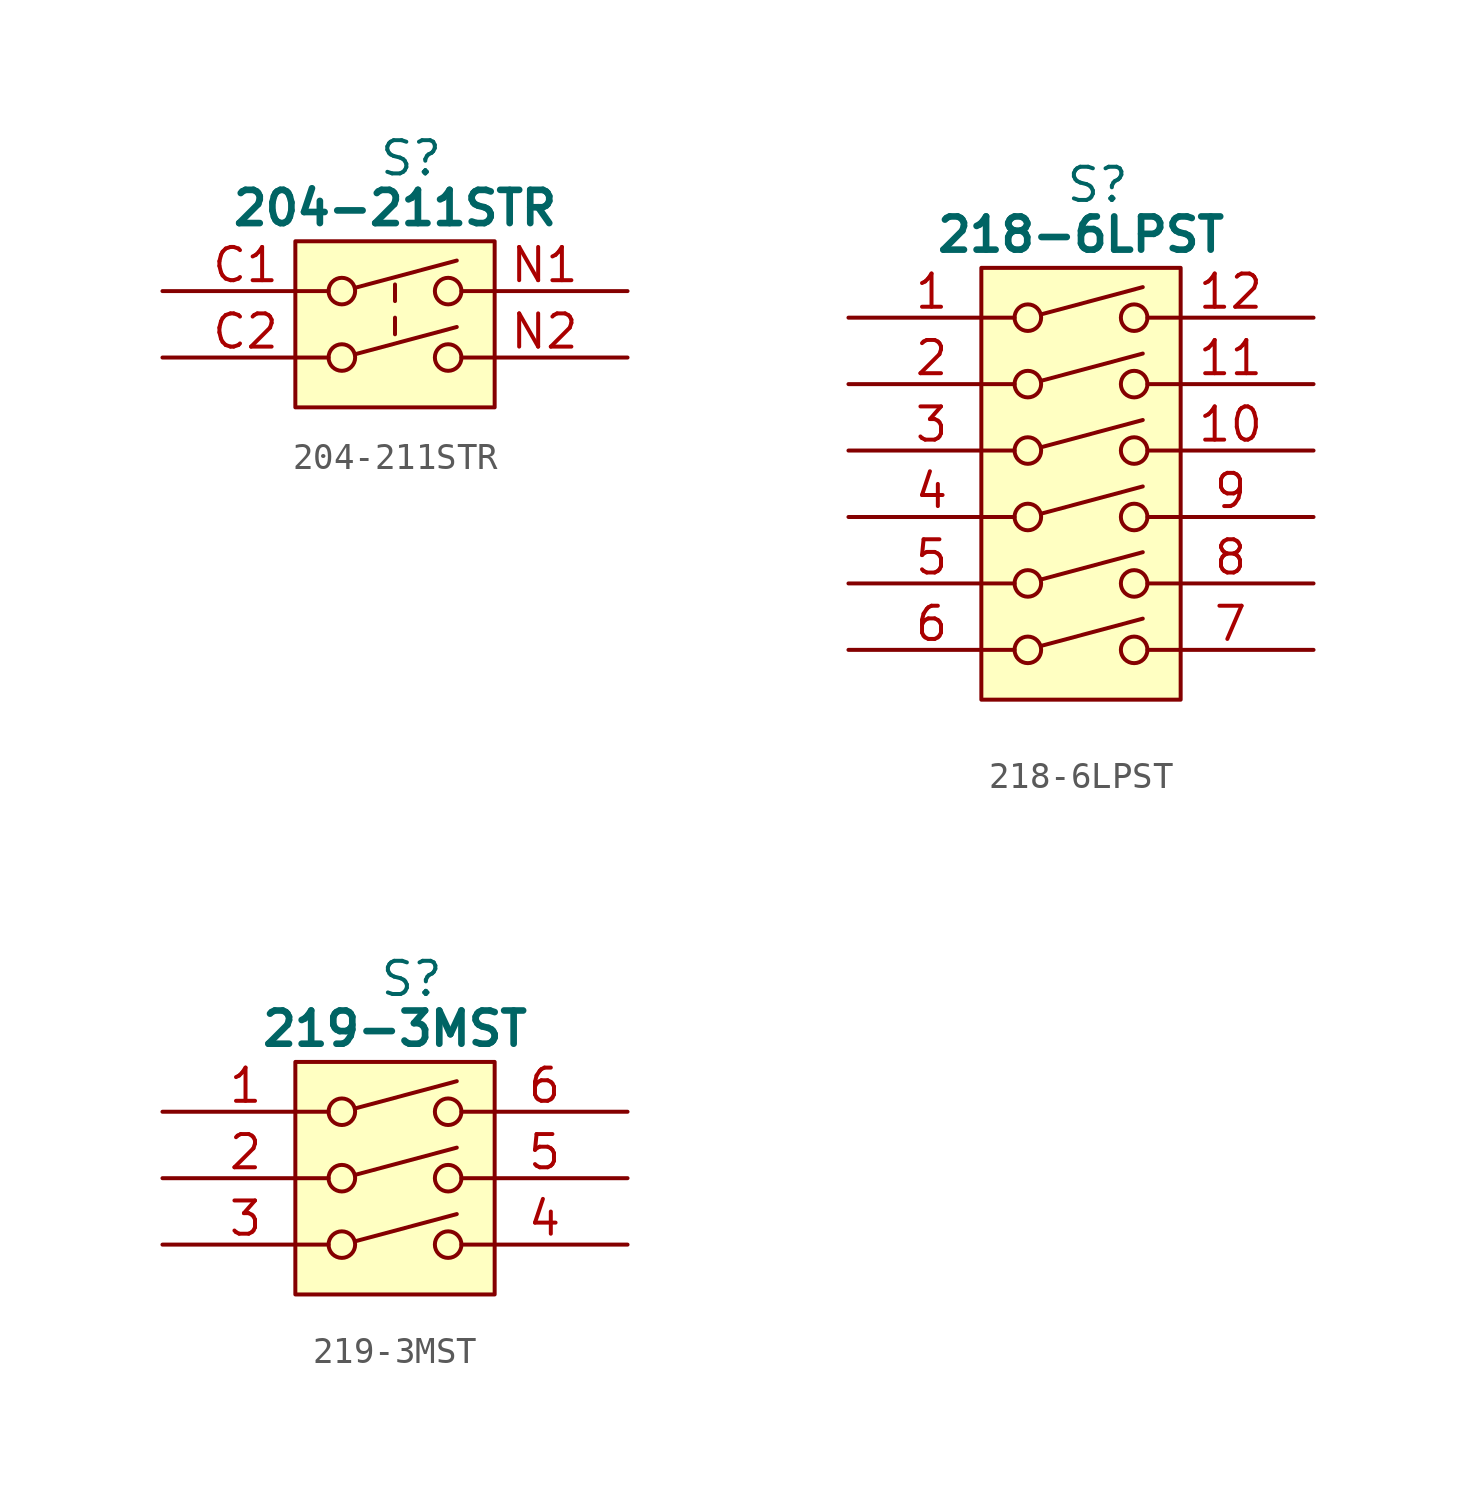
<source format=kicad_sym>
(kicad_symbol_lib
  (version 20220914)
  (generator kicad_symbol_editor)
  (symbol "204-211STR"
    (pin_names
      (offset 0.762))
    (property "Reference" "S"
      (at 8.255 5.08 0)
      (effects (font (size 1.27 1.27)) (justify left)))
    (property "Value" "204-211STR"
      (at 8.89 3.175 0)
      (effects (font (size 1.27 1.27) bold)))
    (symbol "204-211STR_0_0"
      (polyline (pts (xy 7.366 -2.413) (xy 11.252 -1.372)) (stroke (width 0) (type default)) (fill (type none)))
      (polyline (pts (xy 7.366 0.127) (xy 11.252 1.168)) (stroke (width 0) (type default)) (fill (type none)))
      (polyline (pts (xy 8.89 -1.651) (xy 8.89 -1.016)) (stroke (width 0) (type default)) (fill (type none)))
      (polyline (pts (xy 8.89 -0.381) (xy 8.89 0.254)) (stroke (width 0) (type default)) (fill (type none)))
      (circle (center 6.858 -2.54) (radius 0.508) (stroke (width 0) (type default)) (fill (type none)))
      (circle (center 6.858 0) (radius 0.508) (stroke (width 0) (type default)) (fill (type none)))
      (circle (center 10.922 -2.54) (radius 0.508) (stroke (width 0) (type default)) (fill (type none)))
      (circle (center 10.922 0) (radius 0.508) (stroke (width 0) (type default)) (fill (type none))))
    (symbol "204-211STR_1_0"
      (pin passive line (at 0 0 0) (length 6.35) (name "" (effects (font (size 1.27 1.27)))) (number "C1" (effects (font (size 1.27 1.27)))))
      (pin passive line (at 0 -2.54 0) (length 6.35) (name "" (effects (font (size 1.27 1.27)))) (number "C2" (effects (font (size 1.27 1.27)))))
      (pin passive line (at 17.78 0 180) (length 6.35) (name "" (effects (font (size 1.27 1.27)))) (number "N1" (effects (font (size 1.27 1.27)))))
      (pin passive line (at 17.78 -2.54 180) (length 6.35) (name "" (effects (font (size 1.27 1.27)))) (number "N2" (effects (font (size 1.27 1.27))))))
    (symbol "204-211STR_1_1"
      (rectangle (start 5.08 1.905) (end 12.7 -4.445) (stroke (width 0) (type default)) (fill (type background)))))
  (symbol "218-6LPST"
    (pin_names
      (offset 0.762))
    (property "Reference" "S"
      (at 9.525 5.08 0)
      (effects (font (size 1.27 1.27))))
    (property "Value" "218-6LPST"
      (at 8.89 3.175 0)
      (effects (font (size 1.27 1.27) bold)))
    (symbol "218-6LPST_0_0"
      (polyline (pts (xy 7.366 -12.548) (xy 11.252 -11.506)) (stroke (width 0) (type default)) (fill (type none)))
      (polyline (pts (xy 7.366 -10.008) (xy 11.252 -8.966)) (stroke (width 0) (type default)) (fill (type none)))
      (polyline (pts (xy 7.366 -7.493) (xy 11.252 -6.452)) (stroke (width 0) (type default)) (fill (type none)))
      (polyline (pts (xy 7.366 -4.953) (xy 11.252 -3.912)) (stroke (width 0) (type default)) (fill (type none)))
      (polyline (pts (xy 7.366 -2.413) (xy 11.252 -1.372)) (stroke (width 0) (type default)) (fill (type none)))
      (polyline (pts (xy 7.366 0.127) (xy 11.252 1.168)) (stroke (width 0) (type default)) (fill (type none)))
      (circle (center 6.858 -12.7) (radius 0.508) (stroke (width 0) (type default)) (fill (type none)))
      (circle (center 6.858 -10.16) (radius 0.508) (stroke (width 0) (type default)) (fill (type none)))
      (circle (center 6.858 -7.62) (radius 0.508) (stroke (width 0) (type default)) (fill (type none)))
      (circle (center 6.858 -5.08) (radius 0.508) (stroke (width 0) (type default)) (fill (type none)))
      (circle (center 6.858 -2.54) (radius 0.508) (stroke (width 0) (type default)) (fill (type none)))
      (circle (center 6.858 0) (radius 0.508) (stroke (width 0) (type default)) (fill (type none)))
      (circle (center 10.922 -12.7) (radius 0.508) (stroke (width 0) (type default)) (fill (type none)))
      (circle (center 10.922 -10.16) (radius 0.508) (stroke (width 0) (type default)) (fill (type none)))
      (circle (center 10.922 -7.62) (radius 0.508) (stroke (width 0) (type default)) (fill (type none)))
      (circle (center 10.922 -5.08) (radius 0.508) (stroke (width 0) (type default)) (fill (type none)))
      (circle (center 10.922 -2.54) (radius 0.508) (stroke (width 0) (type default)) (fill (type none)))
      (circle (center 10.922 0) (radius 0.508) (stroke (width 0) (type default)) (fill (type none))))
    (symbol "218-6LPST_1_0"
      (pin passive line (at 0 0 0) (length 6.35) (name "" (effects (font (size 1.27 1.27)))) (number "1" (effects (font (size 1.27 1.27)))))
      (pin passive line (at 17.78 -5.08 180) (length 6.35) (name "" (effects (font (size 1.27 1.27)))) (number "10" (effects (font (size 1.27 1.27)))))
      (pin passive line (at 17.78 -2.54 180) (length 6.35) (name "" (effects (font (size 1.27 1.27)))) (number "11" (effects (font (size 1.27 1.27)))))
      (pin passive line (at 17.78 0 180) (length 6.35) (name "" (effects (font (size 1.27 1.27)))) (number "12" (effects (font (size 1.27 1.27)))))
      (pin passive line (at 0 -2.54 0) (length 6.35) (name "" (effects (font (size 1.27 1.27)))) (number "2" (effects (font (size 1.27 1.27)))))
      (pin passive line (at 0 -5.08 0) (length 6.35) (name "" (effects (font (size 1.27 1.27)))) (number "3" (effects (font (size 1.27 1.27)))))
      (pin passive line (at 0 -7.62 0) (length 6.35) (name "" (effects (font (size 1.27 1.27)))) (number "4" (effects (font (size 1.27 1.27)))))
      (pin passive line (at 0 -10.16 0) (length 6.35) (name "" (effects (font (size 1.27 1.27)))) (number "5" (effects (font (size 1.27 1.27)))))
      (pin passive line (at 0 -12.7 0) (length 6.35) (name "" (effects (font (size 1.27 1.27)))) (number "6" (effects (font (size 1.27 1.27)))))
      (pin passive line (at 17.78 -12.7 180) (length 6.35) (name "" (effects (font (size 1.27 1.27)))) (number "7" (effects (font (size 1.27 1.27)))))
      (pin passive line (at 17.78 -10.16 180) (length 6.35) (name "" (effects (font (size 1.27 1.27)))) (number "8" (effects (font (size 1.27 1.27)))))
      (pin passive line (at 17.78 -7.62 180) (length 6.35) (name "" (effects (font (size 1.27 1.27)))) (number "9" (effects (font (size 1.27 1.27))))))
    (symbol "218-6LPST_1_1"
      (rectangle (start 5.08 1.905) (end 12.7 -14.605) (stroke (width 0) (type default)) (fill (type background)))))
  (symbol "219-3MST"
    (pin_names
      (offset 0.762))
    (property "Reference" "S"
      (at 9.525 5.08 0)
      (effects (font (size 1.27 1.27))))
    (property "Value" "219-3MST"
      (at 8.89 3.175 0)
      (effects (font (size 1.27 1.27) bold)))
    (symbol "219-3MST_0_0"
      (polyline (pts (xy 7.366 -4.953) (xy 11.252 -3.912)) (stroke (width 0) (type default)) (fill (type none)))
      (polyline (pts (xy 7.366 -2.413) (xy 11.252 -1.372)) (stroke (width 0) (type default)) (fill (type none)))
      (polyline (pts (xy 7.366 0.127) (xy 11.252 1.168)) (stroke (width 0) (type default)) (fill (type none)))
      (circle (center 6.858 -5.08) (radius 0.508) (stroke (width 0) (type default)) (fill (type none)))
      (circle (center 6.858 -2.54) (radius 0.508) (stroke (width 0) (type default)) (fill (type none)))
      (circle (center 6.858 0) (radius 0.508) (stroke (width 0) (type default)) (fill (type none)))
      (circle (center 10.922 -5.08) (radius 0.508) (stroke (width 0) (type default)) (fill (type none)))
      (circle (center 10.922 -2.54) (radius 0.508) (stroke (width 0) (type default)) (fill (type none)))
      (circle (center 10.922 0) (radius 0.508) (stroke (width 0) (type default)) (fill (type none))))
    (symbol "219-3MST_1_0"
      (pin passive line (at 0 0 0) (length 6.35) (name "" (effects (font (size 1.27 1.27)))) (number "1" (effects (font (size 1.27 1.27)))))
      (pin passive line (at 0 -2.54 0) (length 6.35) (name "" (effects (font (size 1.27 1.27)))) (number "2" (effects (font (size 1.27 1.27)))))
      (pin passive line (at 0 -5.08 0) (length 6.35) (name "" (effects (font (size 1.27 1.27)))) (number "3" (effects (font (size 1.27 1.27)))))
      (pin passive line (at 17.78 -5.08 180) (length 6.35) (name "" (effects (font (size 1.27 1.27)))) (number "4" (effects (font (size 1.27 1.27)))))
      (pin passive line (at 17.78 -2.54 180) (length 6.35) (name "" (effects (font (size 1.27 1.27)))) (number "5" (effects (font (size 1.27 1.27)))))
      (pin passive line (at 17.78 0 180) (length 6.35) (name "" (effects (font (size 1.27 1.27)))) (number "6" (effects (font (size 1.27 1.27))))))
    (symbol "219-3MST_1_1"
      (rectangle (start 5.08 1.905) (end 12.7 -6.985) (stroke (width 0) (type default)) (fill (type background))))))
</source>
